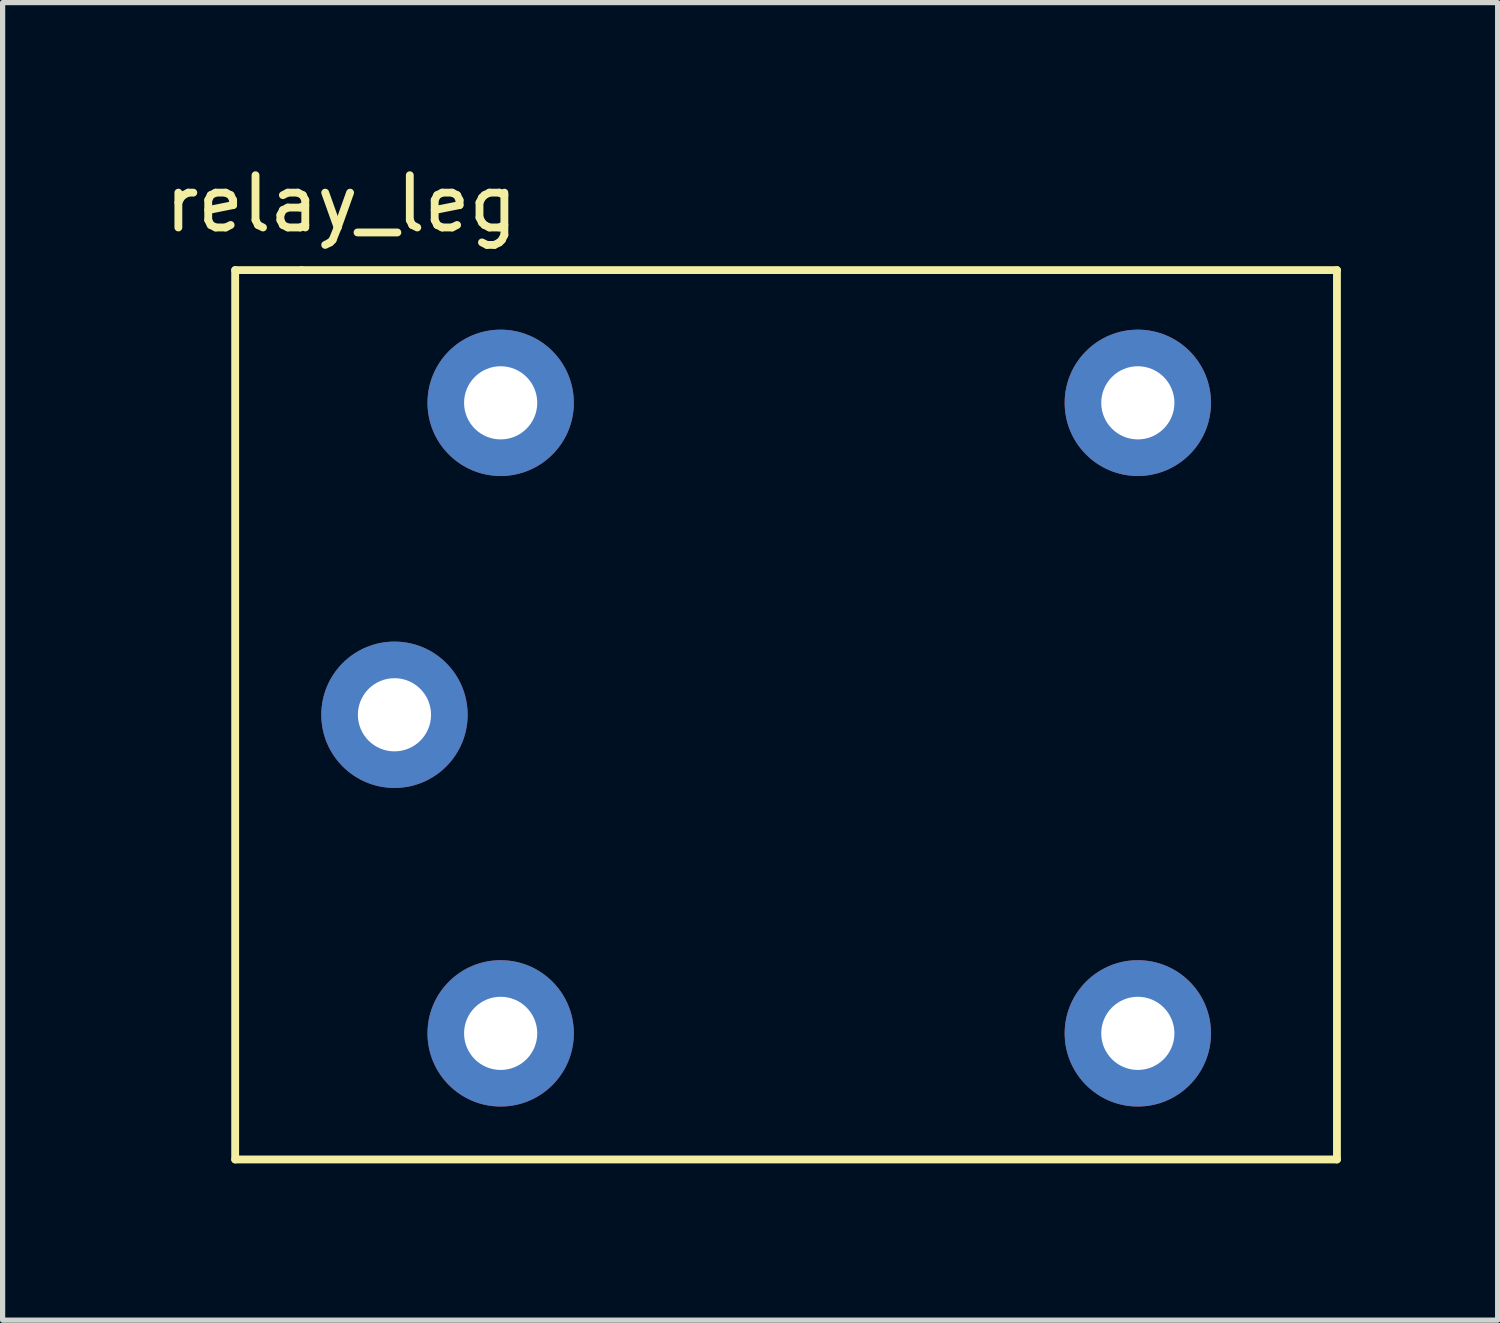
<source format=kicad_pcb>
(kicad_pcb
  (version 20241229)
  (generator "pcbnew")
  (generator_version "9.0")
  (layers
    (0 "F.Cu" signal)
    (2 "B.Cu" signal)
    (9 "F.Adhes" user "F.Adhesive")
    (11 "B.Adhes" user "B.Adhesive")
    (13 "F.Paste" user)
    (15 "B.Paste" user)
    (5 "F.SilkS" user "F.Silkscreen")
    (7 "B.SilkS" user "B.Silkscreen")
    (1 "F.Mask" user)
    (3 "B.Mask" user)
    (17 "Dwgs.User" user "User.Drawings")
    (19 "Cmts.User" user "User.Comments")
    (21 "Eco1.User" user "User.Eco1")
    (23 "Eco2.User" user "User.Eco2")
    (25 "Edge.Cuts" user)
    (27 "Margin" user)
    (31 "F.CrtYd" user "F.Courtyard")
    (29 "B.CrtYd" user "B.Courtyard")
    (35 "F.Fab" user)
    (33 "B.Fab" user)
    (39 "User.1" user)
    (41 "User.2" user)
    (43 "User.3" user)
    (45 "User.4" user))
  (footprint "relay_leg"
    (layer "F.Cu")
    (at 12.626 10.754)
    (property "Reference" "relay_leg" (at -9.144 -9.906 0) (layer "F.SilkS") (effects (font (size 1 1) (thickness 0.15))))
    (attr through_hole)
    (fp_line (start -11.176 -8.636) (end -11.176 8.382) (stroke (width 0.15) (type solid)) (layer "F.SilkS"))
    (fp_line (start -11.176 8.382) (end 9.906 8.382) (stroke (width 0.15) (type solid)) (layer "F.SilkS"))
    (fp_line (start -9.906 -8.636) (end -11.176 -8.636) (stroke (width 0.15) (type solid)) (layer "F.SilkS"))
    (fp_line (start 9.906 -8.636) (end -9.906 -8.636) (stroke (width 0.15) (type solid)) (layer "F.SilkS"))
    (fp_line (start 9.906 8.382) (end 9.906 -8.636) (stroke (width 0.15) (type solid)) (layer "F.SilkS"))
    (pad "1" thru_hole circle (at -6.096 -6.096) (size 2.8 2.8) (drill 1.4) (layers "*.Cu" "*.Mask"))
    (pad "2" thru_hole circle (at -6.096 5.969) (size 2.8 2.8) (drill 1.4) (layers "*.Cu" "*.Mask"))
    (pad "3" thru_hole circle (at -8.128 -0.127) (size 2.8 2.8) (drill 1.4) (layers "*.Cu" "*.Mask"))
    (pad "4" thru_hole circle (at 6.096 -6.096) (size 2.8 2.8) (drill 1.4) (layers "*.Cu" "*.Mask"))
    (pad "5" thru_hole circle (at 6.096 5.969) (size 2.8 2.8) (drill 1.4) (layers "*.Cu" "*.Mask")))
  (gr_rect
    (start -3 -3)
    (end 25.607 22.211)
    (stroke (width 0.1) (type default))
    (fill no)
    (layer "Edge.Cuts")))
</source>
